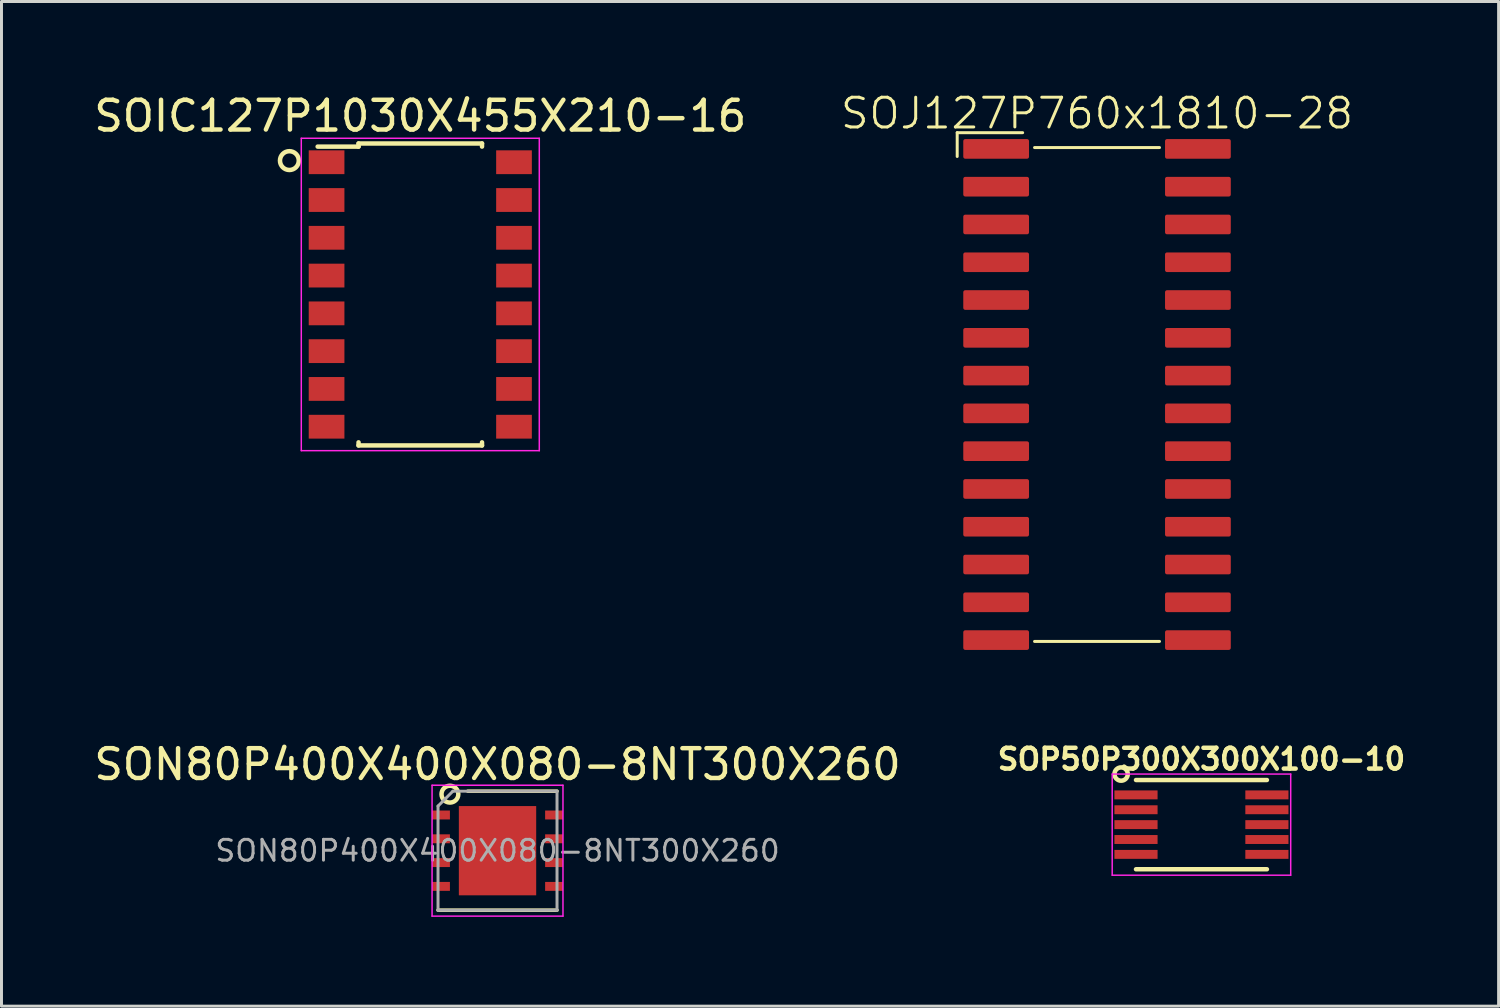
<source format=kicad_pcb>
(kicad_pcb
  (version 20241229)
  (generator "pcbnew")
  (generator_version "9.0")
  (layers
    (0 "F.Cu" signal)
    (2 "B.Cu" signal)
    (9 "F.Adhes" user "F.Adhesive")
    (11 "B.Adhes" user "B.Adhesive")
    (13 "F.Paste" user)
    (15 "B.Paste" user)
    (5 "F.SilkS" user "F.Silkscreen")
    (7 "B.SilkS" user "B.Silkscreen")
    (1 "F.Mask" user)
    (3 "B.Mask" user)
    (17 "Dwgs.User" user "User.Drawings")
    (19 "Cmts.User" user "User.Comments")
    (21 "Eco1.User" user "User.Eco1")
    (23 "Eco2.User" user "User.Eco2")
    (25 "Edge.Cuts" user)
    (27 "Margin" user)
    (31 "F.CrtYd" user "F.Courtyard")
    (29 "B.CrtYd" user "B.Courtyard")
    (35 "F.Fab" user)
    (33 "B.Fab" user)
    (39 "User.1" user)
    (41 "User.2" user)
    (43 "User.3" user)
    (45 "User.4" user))
  (footprint "SOP50P300X300X100-10"
    (layer "F.Cu")
    (at 37.334 24.668)
    (property "Reference" "SOP50P300X300X100-10" (at 0 -2.2 0) (layer "F.SilkS") (effects (font (size 0.7 0.7) (thickness 0.15))))
    (attr smd)
    (fp_line (start -2.2 -1.5) (end 2.2 -1.5) (stroke (width 0.15) (type solid)) (layer "F.SilkS"))
    (fp_line (start -2.2 1.5) (end 2.2 1.5) (stroke (width 0.15) (type solid)) (layer "F.SilkS"))
    (fp_circle (center -2.7 -1.7) (end -2.8 -1.9) (stroke (width 0.152) (type solid)) (fill no) (layer "F.SilkS"))
    (fp_line (start -3 -1.7) (end -3 1.7) (stroke (width 0.05) (type solid)) (layer "F.CrtYd"))
    (fp_line (start -3 -1.7) (end 3 -1.7) (stroke (width 0.05) (type solid)) (layer "F.CrtYd"))
    (fp_line (start -3 1.7) (end 3 1.7) (stroke (width 0.05) (type solid)) (layer "F.CrtYd"))
    (fp_line (start 3 -1.7) (end 3 1.7) (stroke (width 0.05) (type solid)) (layer "F.CrtYd"))
    (pad "1" smd rect (at -2.2 -1) (size 1.45 0.3) (layers "F.Cu" "F.Mask" "F.Paste"))
    (pad "2" smd rect (at -2.2 -0.5) (size 1.45 0.3) (layers "F.Cu" "F.Mask" "F.Paste"))
    (pad "3" smd rect (at -2.2 0) (size 1.45 0.3) (layers "F.Cu" "F.Mask" "F.Paste"))
    (pad "4" smd rect (at -2.2 0.5) (size 1.45 0.3) (layers "F.Cu" "F.Mask" "F.Paste"))
    (pad "5" smd rect (at -2.2 1) (size 1.45 0.3) (layers "F.Cu" "F.Mask" "F.Paste"))
    (pad "6" smd rect (at 2.2 1) (size 1.45 0.3) (layers "F.Cu" "F.Mask" "F.Paste"))
    (pad "7" smd rect (at 2.2 0.5) (size 1.45 0.3) (layers "F.Cu" "F.Mask" "F.Paste"))
    (pad "8" smd rect (at 2.2 0) (size 1.45 0.3) (layers "F.Cu" "F.Mask" "F.Paste"))
    (pad "9" smd rect (at 2.2 -0.5) (size 1.45 0.3) (layers "F.Cu" "F.Mask" "F.Paste"))
    (pad "10" smd rect (at 2.2 -1) (size 1.45 0.3) (layers "F.Cu" "F.Mask" "F.Paste")))
  (footprint "SON80P400X400X080-8NT300X260"
    (layer "F.Cu")
    (at 13.673 25.544)
    (property "Reference" "SON80P400X400X080-8NT300X260" (at 0 -2.9 0) (layer "F.SilkS") (effects (font (size 1 1) (thickness 0.15))))
    (attr smd)
    (fp_line (start -1 -2) (end 2 -2) (stroke (width 0.12) (type solid)) (layer "F.SilkS"))
    (fp_line (start 2 2) (end -2 2) (stroke (width 0.12) (type solid)) (layer "F.SilkS"))
    (fp_circle (center -1.6 -1.9) (end -1.4 -1.7) (stroke (width 0.15) (type solid)) (fill no) (layer "F.SilkS"))
    (fp_line (start -2.2 -2.2) (end -2.2 2.2) (stroke (width 0.05) (type solid)) (layer "F.CrtYd"))
    (fp_line (start -2.2 -2.2) (end 2.2 -2.2) (stroke (width 0.05) (type solid)) (layer "F.CrtYd"))
    (fp_line (start -2.2 2.2) (end 2.2 2.2) (stroke (width 0.05) (type solid)) (layer "F.CrtYd"))
    (fp_line (start 2.2 -2.2) (end 2.2 2.2) (stroke (width 0.05) (type solid)) (layer "F.CrtYd"))
    (fp_line (start -2 2) (end -2 -1.5) (stroke (width 0.1) (type solid)) (layer "F.Fab"))
    (fp_line (start -1.5 -2) (end -2 -1.5) (stroke (width 0.1) (type solid)) (layer "F.Fab"))
    (fp_line (start -1.5 -2) (end 2 -2) (stroke (width 0.1) (type solid)) (layer "F.Fab"))
    (fp_line (start 2 -2) (end 2 2) (stroke (width 0.1) (type solid)) (layer "F.Fab"))
    (fp_line (start 2 2) (end -2 2) (stroke (width 0.1) (type solid)) (layer "F.Fab"))
    (fp_text user "${REFERENCE}" (at 0 0 0) (layer "F.Fab") (effects (font (size 0.7 0.7) (thickness 0.1))))
    (pad "" smd rect (at -0.45 -0.55) (size 0.6 0.8) (layers "F.Paste"))
    (pad "" smd rect (at -0.45 0.55) (size 0.6 0.8) (layers "F.Paste"))
    (pad "" smd rect (at 0.45 -0.55) (size 0.6 0.8) (layers "F.Paste"))
    (pad "" smd rect (at 0.45 0.55) (size 0.6 0.8) (layers "F.Paste"))
    (pad "1" smd rect (at -1.9 -1.2) (size 0.6 0.3) (layers "F.Cu" "F.Mask" "F.Paste"))
    (pad "2" smd rect (at -1.9 -0.4) (size 0.6 0.3) (layers "F.Cu" "F.Mask" "F.Paste"))
    (pad "3" smd rect (at -1.9 0.4) (size 0.6 0.3) (layers "F.Cu" "F.Mask" "F.Paste"))
    (pad "4" smd rect (at -1.9 1.2) (size 0.6 0.3) (layers "F.Cu" "F.Mask" "F.Paste"))
    (pad "5" smd rect (at 1.9 1.2) (size 0.6 0.3) (layers "F.Cu" "F.Mask" "F.Paste"))
    (pad "6" smd rect (at 1.9 0.4) (size 0.6 0.3) (layers "F.Cu" "F.Mask" "F.Paste"))
    (pad "7" smd rect (at 1.9 -0.4) (size 0.6 0.3) (layers "F.Cu" "F.Mask" "F.Paste"))
    (pad "8" smd rect (at 1.9 -1.2) (size 0.6 0.3) (layers "F.Cu" "F.Mask" "F.Paste"))
    (pad "9" smd rect (at 0 0) (size 2.6 3) (layers "F.Cu" "F.Mask")))
  (footprint "SOIC127P1030X455X210-16"
    (layer "F.Cu")
    (at 11.077 6.848)
    (property "Reference" "SOIC127P1030X455X210-16" (at 0 -6 0) (layer "F.SilkS") (effects (font (size 1 1) (thickness 0.15))))
    (attr smd)
    (fp_line (start -2.075 -5.075) (end -2.075 -4.97) (stroke (width 0.15) (type solid)) (layer "F.SilkS"))
    (fp_line (start -2.075 -5.075) (end 2.075 -5.075) (stroke (width 0.15) (type solid)) (layer "F.SilkS"))
    (fp_line (start -2.075 -4.97) (end -3.45 -4.97) (stroke (width 0.15) (type solid)) (layer "F.SilkS"))
    (fp_line (start -2.075 5.075) (end -2.075 4.97) (stroke (width 0.15) (type solid)) (layer "F.SilkS"))
    (fp_line (start -2.075 5.075) (end 2.075 5.075) (stroke (width 0.15) (type solid)) (layer "F.SilkS"))
    (fp_line (start 2.075 -5.075) (end 2.075 -4.97) (stroke (width 0.15) (type solid)) (layer "F.SilkS"))
    (fp_line (start 2.075 5.075) (end 2.075 4.97) (stroke (width 0.15) (type solid)) (layer "F.SilkS"))
    (fp_circle (center -4.4 -4.5) (end -4.1 -4.4) (stroke (width 0.152) (type solid)) (fill no) (layer "F.SilkS"))
    (fp_line (start -4 -5.25) (end -4 5.25) (stroke (width 0.05) (type solid)) (layer "F.CrtYd"))
    (fp_line (start -4 -5.25) (end 4 -5.25) (stroke (width 0.05) (type solid)) (layer "F.CrtYd"))
    (fp_line (start -4 5.25) (end 4 5.25) (stroke (width 0.05) (type solid)) (layer "F.CrtYd"))
    (fp_line (start 4 -5.25) (end 4 5.25) (stroke (width 0.05) (type solid)) (layer "F.CrtYd"))
    (pad "1" smd rect (at -3.15 -4.445) (size 1.2 0.8) (layers "F.Cu" "F.Mask" "F.Paste"))
    (pad "2" smd rect (at -3.15 -3.175) (size 1.2 0.8) (layers "F.Cu" "F.Mask" "F.Paste"))
    (pad "3" smd rect (at -3.15 -1.905) (size 1.2 0.8) (layers "F.Cu" "F.Mask" "F.Paste"))
    (pad "4" smd rect (at -3.15 -0.635) (size 1.2 0.8) (layers "F.Cu" "F.Mask" "F.Paste"))
    (pad "5" smd rect (at -3.15 0.635) (size 1.2 0.8) (layers "F.Cu" "F.Mask" "F.Paste"))
    (pad "6" smd rect (at -3.15 1.905) (size 1.2 0.8) (layers "F.Cu" "F.Mask" "F.Paste"))
    (pad "7" smd rect (at -3.15 3.175) (size 1.2 0.8) (layers "F.Cu" "F.Mask" "F.Paste"))
    (pad "8" smd rect (at -3.15 4.445) (size 1.2 0.8) (layers "F.Cu" "F.Mask" "F.Paste"))
    (pad "9" smd rect (at 3.15 4.445) (size 1.2 0.8) (layers "F.Cu" "F.Mask" "F.Paste"))
    (pad "10" smd rect (at 3.15 3.175) (size 1.2 0.8) (layers "F.Cu" "F.Mask" "F.Paste"))
    (pad "11" smd rect (at 3.15 1.905) (size 1.2 0.8) (layers "F.Cu" "F.Mask" "F.Paste"))
    (pad "12" smd rect (at 3.15 0.635) (size 1.2 0.8) (layers "F.Cu" "F.Mask" "F.Paste"))
    (pad "13" smd rect (at 3.15 -0.635) (size 1.2 0.8) (layers "F.Cu" "F.Mask" "F.Paste"))
    (pad "14" smd rect (at 3.15 -1.905) (size 1.2 0.8) (layers "F.Cu" "F.Mask" "F.Paste"))
    (pad "15" smd rect (at 3.15 -3.175) (size 1.2 0.8) (layers "F.Cu" "F.Mask" "F.Paste"))
    (pad "16" smd rect (at 3.15 -4.445) (size 1.2 0.8) (layers "F.Cu" "F.Mask" "F.Paste")))
  (footprint "SOJ127P760x1810-28"
    (layer "F.Cu")
    (at 33.824 10.21)
    (property "Reference" "SOJ127P760x1810-28" (at 0 -9.45 0) (unlocked yes) (layer "F.SilkS") (effects (font (size 1 1) (thickness 0.1))))
    (attr smd)
    (fp_line (start -4.7 -8.8) (end -4.7 -8) (stroke (width 0.1) (type default)) (layer "F.SilkS"))
    (fp_line (start -2.5 -8.8) (end -4.7 -8.8) (stroke (width 0.1) (type default)) (layer "F.SilkS"))
    (fp_line (start -2.1 -8.3) (end 2.1 -8.3) (stroke (width 0.1) (type default)) (layer "F.SilkS"))
    (fp_line (start -2.1 8.3) (end 2.1 8.3) (stroke (width 0.1) (type default)) (layer "F.SilkS"))
    (pad "1" smd roundrect (at -3.391 -8.255) (size 2.21 0.66) (layers "F.Cu" "F.Mask" "F.Paste") (roundrect_rratio 0.1))
    (pad "2" smd roundrect (at -3.391 -6.985) (size 2.21 0.66) (layers "F.Cu" "F.Mask" "F.Paste") (roundrect_rratio 0.1))
    (pad "3" smd roundrect (at -3.391 -5.715) (size 2.21 0.66) (layers "F.Cu" "F.Mask" "F.Paste") (roundrect_rratio 0.1))
    (pad "4" smd roundrect (at -3.391 -4.445) (size 2.21 0.66) (layers "F.Cu" "F.Mask" "F.Paste") (roundrect_rratio 0.1))
    (pad "5" smd roundrect (at -3.391 -3.175) (size 2.21 0.66) (layers "F.Cu" "F.Mask" "F.Paste") (roundrect_rratio 0.1))
    (pad "6" smd roundrect (at -3.391 -1.905) (size 2.21 0.66) (layers "F.Cu" "F.Mask" "F.Paste") (roundrect_rratio 0.1))
    (pad "7" smd roundrect (at -3.391 -0.635) (size 2.21 0.66) (layers "F.Cu" "F.Mask" "F.Paste") (roundrect_rratio 0.1))
    (pad "8" smd roundrect (at -3.391 0.635) (size 2.21 0.66) (layers "F.Cu" "F.Mask" "F.Paste") (roundrect_rratio 0.1))
    (pad "9" smd roundrect (at -3.391 1.905) (size 2.21 0.66) (layers "F.Cu" "F.Mask" "F.Paste") (roundrect_rratio 0.1))
    (pad "10" smd roundrect (at -3.391 3.175) (size 2.21 0.66) (layers "F.Cu" "F.Mask" "F.Paste") (roundrect_rratio 0.1))
    (pad "11" smd roundrect (at -3.391 4.445) (size 2.21 0.66) (layers "F.Cu" "F.Mask" "F.Paste") (roundrect_rratio 0.1))
    (pad "12" smd roundrect (at -3.391 5.715) (size 2.21 0.66) (layers "F.Cu" "F.Mask" "F.Paste") (roundrect_rratio 0.1))
    (pad "13" smd roundrect (at -3.391 6.985) (size 2.21 0.66) (layers "F.Cu" "F.Mask" "F.Paste") (roundrect_rratio 0.1))
    (pad "14" smd roundrect (at -3.391 8.255) (size 2.21 0.66) (layers "F.Cu" "F.Mask" "F.Paste") (roundrect_rratio 0.1))
    (pad "15" smd roundrect (at 3.391 8.255) (size 2.21 0.66) (layers "F.Cu" "F.Mask" "F.Paste") (roundrect_rratio 0.1))
    (pad "16" smd roundrect (at 3.391 6.985) (size 2.21 0.66) (layers "F.Cu" "F.Mask" "F.Paste") (roundrect_rratio 0.1))
    (pad "17" smd roundrect (at 3.391 5.715) (size 2.21 0.66) (layers "F.Cu" "F.Mask" "F.Paste") (roundrect_rratio 0.1))
    (pad "18" smd roundrect (at 3.391 4.445) (size 2.21 0.66) (layers "F.Cu" "F.Mask" "F.Paste") (roundrect_rratio 0.1))
    (pad "19" smd roundrect (at 3.391 3.175) (size 2.21 0.66) (layers "F.Cu" "F.Mask" "F.Paste") (roundrect_rratio 0.1))
    (pad "20" smd roundrect (at 3.391 1.905) (size 2.21 0.66) (layers "F.Cu" "F.Mask" "F.Paste") (roundrect_rratio 0.1))
    (pad "21" smd roundrect (at 3.391 0.635) (size 2.21 0.66) (layers "F.Cu" "F.Mask" "F.Paste") (roundrect_rratio 0.1))
    (pad "22" smd roundrect (at 3.391 -0.635) (size 2.21 0.66) (layers "F.Cu" "F.Mask" "F.Paste") (roundrect_rratio 0.1))
    (pad "23" smd roundrect (at 3.391 -1.905) (size 2.21 0.66) (layers "F.Cu" "F.Mask" "F.Paste") (roundrect_rratio 0.1))
    (pad "24" smd roundrect (at 3.391 -3.175) (size 2.21 0.66) (layers "F.Cu" "F.Mask" "F.Paste") (roundrect_rratio 0.1))
    (pad "25" smd roundrect (at 3.391 -4.445) (size 2.21 0.66) (layers "F.Cu" "F.Mask" "F.Paste") (roundrect_rratio 0.1))
    (pad "26" smd roundrect (at 3.391 -5.715) (size 2.21 0.66) (layers "F.Cu" "F.Mask" "F.Paste") (roundrect_rratio 0.1))
    (pad "27" smd roundrect (at 3.391 -6.985) (size 2.21 0.66) (layers "F.Cu" "F.Mask" "F.Paste") (roundrect_rratio 0.1))
    (pad "28" smd roundrect (at 3.391 -8.255) (size 2.21 0.66) (layers "F.Cu" "F.Mask" "F.Paste") (roundrect_rratio 0.1)))
  (gr_rect
    (start -3 -3)
    (end 47.322 30.769)
    (stroke (width 0.1) (type default))
    (fill no)
    (layer "Edge.Cuts")))
</source>
